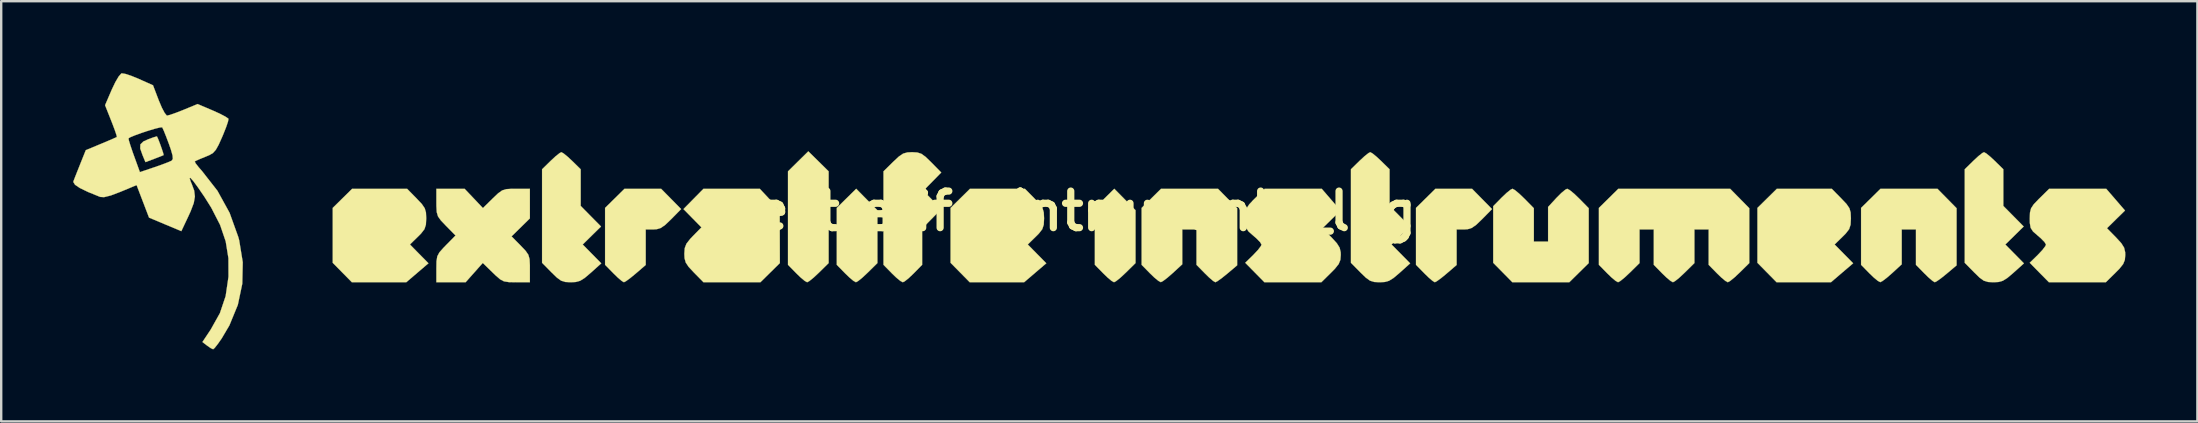
<source format=kicad_pcb>
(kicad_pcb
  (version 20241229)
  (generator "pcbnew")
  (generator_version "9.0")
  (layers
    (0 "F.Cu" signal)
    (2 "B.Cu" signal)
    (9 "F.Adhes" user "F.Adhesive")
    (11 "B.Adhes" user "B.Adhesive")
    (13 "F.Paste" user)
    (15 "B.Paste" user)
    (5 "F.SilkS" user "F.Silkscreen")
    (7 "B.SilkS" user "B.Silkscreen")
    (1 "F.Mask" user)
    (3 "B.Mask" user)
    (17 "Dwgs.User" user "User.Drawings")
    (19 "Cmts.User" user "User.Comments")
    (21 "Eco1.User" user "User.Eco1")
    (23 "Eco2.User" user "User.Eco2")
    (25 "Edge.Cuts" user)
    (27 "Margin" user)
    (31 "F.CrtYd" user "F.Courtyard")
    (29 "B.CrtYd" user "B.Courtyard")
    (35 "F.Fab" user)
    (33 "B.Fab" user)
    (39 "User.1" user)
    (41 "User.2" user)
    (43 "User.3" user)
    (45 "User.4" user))
  (footprint "extralife_intruments_logo"
    (layer "F.Cu")
    (at 42.9 5.745)
    (property "Reference" "extralife_intruments_logo" (at 0 0 0) (layer "F.SilkS") (effects (font (size 1.524 1.524) (thickness 0.3))))
    (attr through_hole)
    (fp_poly (pts (xy -9.84 -0.484) (xy -9.398 -0.037) (xy -9.398 2.165) (xy -9.803 2.564) (xy -10.02 2.767) (xy -10.197 2.91) (xy -10.293 2.963) (xy -10.394 2.907) (xy -10.568 2.761) (xy -10.735 2.6) (xy -11.091 2.237) (xy -11.091 -0.133) (xy -10.281 -0.931) (xy -9.84 -0.484)) (stroke (width 0.01) (type solid)) (fill yes) (layer "F.SilkS"))
    (fp_poly (pts (xy -11.853 -2.074) (xy -11.43 -1.657) (xy -11.43 2.165) (xy -11.835 2.564) (xy -12.052 2.767) (xy -12.229 2.91) (xy -12.325 2.963) (xy -12.426 2.907) (xy -12.6 2.761) (xy -12.767 2.6) (xy -13.123 2.237) (xy -13.123 -1.657) (xy -12.7 -2.074) (xy -12.277 -2.491) (xy -11.853 -2.074)) (stroke (width 0.01) (type solid)) (fill yes) (layer "F.SilkS"))
    (fp_poly (pts (xy 0.913 -0.484) (xy 1.355 -0.037) (xy 1.355 2.165) (xy 0.95 2.564) (xy 0.732 2.767) (xy 0.555 2.91) (xy 0.459 2.963) (xy 0.358 2.907) (xy 0.184 2.761) (xy 0.018 2.6) (xy -0.339 2.237) (xy -0.339 -0.133) (xy 0.066 -0.532) (xy 0.471 -0.931) (xy 0.913 -0.484)) (stroke (width 0.01) (type solid)) (fill yes) (layer "F.SilkS"))
    (fp_poly (pts (xy -39.361 -3.003) (xy -39.287 -2.813) (xy -39.211 -2.598) (xy -39.152 -2.419) (xy -39.133 -2.335) (xy -39.134 -2.334) (xy -39.22 -2.297) (xy -39.412 -2.222) (xy -39.524 -2.179) (xy -39.89 -2.041) (xy -40.011 -2.33) (xy -40.108 -2.605) (xy -40.102 -2.779) (xy -39.979 -2.9) (xy -39.778 -2.992) (xy -39.564 -3.071) (xy -39.431 -3.11) (xy -39.411 -3.111) (xy -39.361 -3.003)) (stroke (width 0.01) (type solid)) (fill yes) (layer "F.SilkS"))
    (fp_poly (pts (xy -28.593 -0.526) (xy -28.377 -0.296) (xy -28.257 -0.121) (xy -28.205 0.056) (xy -28.194 0.293) (xy -28.194 0.303) (xy -28.207 0.565) (xy -28.268 0.752) (xy -28.409 0.934) (xy -28.533 1.059) (xy -28.872 1.39) (xy -28.487 1.782) (xy -28.101 2.173) (xy -28.563 2.568) (xy -29.025 2.963) (xy -31.291 2.963) (xy -32.089 2.153) (xy -32.089 -0.133) (xy -31.279 -0.931) (xy -28.992 -0.931) (xy -28.593 -0.526)) (stroke (width 0.01) (type solid)) (fill yes) (layer "F.SilkS"))
    (fp_poly (pts (xy -17.992 -0.508) (xy -17.575 -0.085) (xy -17.992 0.339) (xy -18.234 0.571) (xy -18.418 0.7) (xy -18.59 0.754) (xy -18.729 0.762) (xy -19.05 0.762) (xy -19.05 2.244) (xy -19.468 2.603) (xy -19.693 2.788) (xy -19.871 2.918) (xy -19.958 2.963) (xy -20.052 2.907) (xy -20.221 2.762) (xy -20.387 2.6) (xy -20.743 2.237) (xy -20.743 -0.133) (xy -19.933 -0.931) (xy -18.409 -0.931) (xy -17.992 -0.508)) (stroke (width 0.01) (type solid)) (fill yes) (layer "F.SilkS"))
    (fp_poly (pts (xy 15.79 -0.508) (xy 16.207 -0.085) (xy 15.79 0.339) (xy 15.548 0.571) (xy 15.364 0.7) (xy 15.192 0.754) (xy 15.053 0.762) (xy 14.732 0.762) (xy 14.732 2.244) (xy 14.314 2.603) (xy 14.089 2.788) (xy 13.911 2.918) (xy 13.824 2.963) (xy 13.73 2.907) (xy 13.561 2.762) (xy 13.395 2.6) (xy 13.039 2.237) (xy 13.039 -0.133) (xy 13.849 -0.931) (xy 15.373 -0.931) (xy 15.79 -0.508)) (stroke (width 0.01) (type solid)) (fill yes) (layer "F.SilkS"))
    (fp_poly (pts (xy 30.758 -0.526) (xy 30.975 -0.296) (xy 31.095 -0.121) (xy 31.146 0.056) (xy 31.157 0.293) (xy 31.157 0.303) (xy 31.144 0.565) (xy 31.083 0.752) (xy 30.942 0.934) (xy 30.818 1.059) (xy 30.479 1.39) (xy 30.865 1.782) (xy 31.251 2.173) (xy 30.788 2.568) (xy 30.326 2.963) (xy 28.061 2.963) (xy 27.263 2.153) (xy 27.263 -0.133) (xy 28.073 -0.931) (xy 30.359 -0.931) (xy 30.758 -0.526)) (stroke (width 0.01) (type solid)) (fill yes) (layer "F.SilkS"))
    (fp_poly (pts (xy -13.883 -0.487) (xy -13.468 -0.042) (xy -13.465 1.062) (xy -13.462 2.165) (xy -14.272 2.963) (xy -16.643 2.963) (xy -17.042 2.558) (xy -17.262 2.323) (xy -17.382 2.143) (xy -17.432 1.965) (xy -17.441 1.778) (xy -17.425 1.544) (xy -17.355 1.36) (xy -17.201 1.162) (xy -17.085 1.04) (xy -16.729 0.677) (xy -17.103 0.296) (xy -17.477 -0.085) (xy -17.06 -0.508) (xy -16.643 -0.931) (xy -14.298 -0.931) (xy -13.883 -0.487)) (stroke (width 0.01) (type solid)) (fill yes) (layer "F.SilkS"))
    (fp_poly (pts (xy -2.854 -0.526) (xy -2.638 -0.296) (xy -2.518 -0.121) (xy -2.467 0.056) (xy -2.455 0.293) (xy -2.455 0.303) (xy -2.468 0.565) (xy -2.529 0.752) (xy -2.671 0.934) (xy -2.795 1.059) (xy -3.134 1.39) (xy -2.748 1.782) (xy -2.362 2.173) (xy -2.824 2.568) (xy -3.287 2.963) (xy -5.552 2.963) (xy -5.951 2.558) (xy -6.35 2.153) (xy -6.35 -0.133) (xy -5.945 -0.532) (xy -5.54 -0.931) (xy -3.253 -0.931) (xy -2.854 -0.526)) (stroke (width 0.01) (type solid)) (fill yes) (layer "F.SilkS"))
    (fp_poly (pts (xy -7.737 -2.443) (xy -7.568 -2.389) (xy -7.394 -2.264) (xy -7.162 -2.04) (xy -7.155 -2.032) (xy -6.738 -1.609) (xy -7.486 -0.847) (xy -6.738 -0.084) (xy -7.535 0.725) (xy -7.535 2.237) (xy -7.892 2.6) (xy -8.096 2.794) (xy -8.262 2.926) (xy -8.34 2.963) (xy -8.444 2.907) (xy -8.621 2.761) (xy -8.788 2.6) (xy -9.144 2.237) (xy -9.144 -1.657) (xy -8.739 -2.056) (xy -8.504 -2.275) (xy -8.326 -2.396) (xy -8.147 -2.446) (xy -7.953 -2.455) (xy -7.737 -2.443)) (stroke (width 0.01) (type solid)) (fill yes) (layer "F.SilkS"))
    (fp_poly (pts (xy 5.588 -0.121) (xy 5.588 2.259) (xy 5.171 2.611) (xy 4.945 2.793) (xy 4.766 2.92) (xy 4.68 2.963) (xy 4.586 2.907) (xy 4.417 2.762) (xy 4.251 2.6) (xy 3.895 2.237) (xy 3.895 0.762) (xy 3.302 0.762) (xy 3.302 2.216) (xy 2.9 2.586) (xy 2.679 2.778) (xy 2.5 2.913) (xy 2.409 2.96) (xy 2.307 2.905) (xy 2.132 2.761) (xy 1.965 2.6) (xy 1.609 2.237) (xy 1.609 -0.133) (xy 2.419 -0.931) (xy 4.79 -0.931) (xy 5.588 -0.121)) (stroke (width 0.01) (type solid)) (fill yes) (layer "F.SilkS"))
    (fp_poly (pts (xy 35.56 -0.121) (xy 35.56 2.259) (xy 35.143 2.611) (xy 34.917 2.793) (xy 34.738 2.92) (xy 34.652 2.963) (xy 34.558 2.907) (xy 34.389 2.762) (xy 34.223 2.6) (xy 33.867 2.237) (xy 33.867 0.762) (xy 33.274 0.762) (xy 33.274 2.216) (xy 32.872 2.586) (xy 32.651 2.778) (xy 32.472 2.913) (xy 32.381 2.96) (xy 32.279 2.905) (xy 32.104 2.761) (xy 31.937 2.6) (xy 31.581 2.237) (xy 31.581 -0.133) (xy 32.391 -0.931) (xy 34.762 -0.931) (xy 35.56 -0.121)) (stroke (width 0.01) (type solid)) (fill yes) (layer "F.SilkS"))
    (fp_poly (pts (xy 36.801 -2.4) (xy 36.975 -2.257) (xy 37.144 -2.099) (xy 37.507 -1.743) (xy 37.507 -0.217) (xy 37.931 0.212) (xy 38.355 0.641) (xy 37.591 1.391) (xy 38.365 2.176) (xy 37.927 2.57) (xy 37.676 2.783) (xy 37.486 2.902) (xy 37.3 2.953) (xy 37.093 2.963) (xy 36.866 2.952) (xy 36.693 2.898) (xy 36.519 2.773) (xy 36.298 2.558) (xy 35.899 2.153) (xy 35.899 -1.743) (xy 36.262 -2.099) (xy 36.467 -2.289) (xy 36.63 -2.418) (xy 36.703 -2.455) (xy 36.801 -2.4)) (stroke (width 0.01) (type solid)) (fill yes) (layer "F.SilkS"))
    (fp_poly (pts (xy 11.232 -2.4) (xy 11.406 -2.257) (xy 11.575 -2.099) (xy 11.938 -1.743) (xy 11.938 -0.217) (xy 12.362 0.212) (xy 12.786 0.641) (xy 12.022 1.391) (xy 12.409 1.783) (xy 12.796 2.176) (xy 12.358 2.57) (xy 12.107 2.783) (xy 11.917 2.902) (xy 11.731 2.953) (xy 11.523 2.963) (xy 11.296 2.952) (xy 11.124 2.898) (xy 10.95 2.773) (xy 10.728 2.558) (xy 10.329 2.153) (xy 10.329 -1.743) (xy 10.692 -2.099) (xy 10.898 -2.289) (xy 11.061 -2.418) (xy 11.134 -2.455) (xy 11.232 -2.4)) (stroke (width 0.01) (type solid)) (fill yes) (layer "F.SilkS"))
    (fp_poly (pts (xy 19.445 -0.875) (xy 19.626 -0.727) (xy 19.836 -0.526) (xy 20.235 -0.121) (xy 20.235 2.165) (xy 19.425 2.963) (xy 17.054 2.963) (xy 16.655 2.558) (xy 16.256 2.153) (xy 16.256 -0.205) (xy 16.612 -0.568) (xy 16.817 -0.762) (xy 16.983 -0.894) (xy 17.06 -0.931) (xy 17.162 -0.875) (xy 17.34 -0.727) (xy 17.55 -0.526) (xy 17.949 -0.121) (xy 17.949 1.27) (xy 18.542 1.27) (xy 18.542 -0.173) (xy 18.891 -0.552) (xy 19.092 -0.753) (xy 19.258 -0.891) (xy 19.339 -0.931) (xy 19.445 -0.875)) (stroke (width 0.01) (type solid)) (fill yes) (layer "F.SilkS"))
    (fp_poly (pts (xy -22.466 -2.4) (xy -22.292 -2.257) (xy -22.122 -2.099) (xy -21.759 -1.743) (xy -21.759 -0.217) (xy -21.336 0.212) (xy -20.912 0.641) (xy -21.294 1.016) (xy -21.675 1.391) (xy -21.289 1.783) (xy -20.902 2.176) (xy -21.34 2.57) (xy -21.591 2.783) (xy -21.781 2.902) (xy -21.967 2.953) (xy -22.174 2.963) (xy -22.401 2.952) (xy -22.573 2.898) (xy -22.747 2.773) (xy -22.969 2.558) (xy -23.368 2.153) (xy -23.368 -1.743) (xy -23.005 -2.099) (xy -22.799 -2.289) (xy -22.636 -2.418) (xy -22.564 -2.455) (xy -22.466 -2.4)) (stroke (width 0.01) (type solid)) (fill yes) (layer "F.SilkS"))
    (fp_poly (pts (xy 9.895 -0.024) (xy 9.519 0.344) (xy 9.143 0.713) (xy 9.525 1.1) (xy 9.742 1.338) (xy 9.858 1.523) (xy 9.902 1.713) (xy 9.906 1.826) (xy 9.889 2.031) (xy 9.819 2.203) (xy 9.666 2.396) (xy 9.501 2.564) (xy 9.096 2.963) (xy 6.725 2.963) (xy 5.926 2.152) (xy 6.265 1.821) (xy 6.452 1.622) (xy 6.575 1.461) (xy 6.604 1.394) (xy 6.543 1.29) (xy 6.386 1.13) (xy 6.265 1.026) (xy 6.065 0.851) (xy 5.964 0.699) (xy 5.93 0.496) (xy 5.927 0.31) (xy 5.936 0.062) (xy 5.981 -0.115) (xy 6.091 -0.282) (xy 6.294 -0.495) (xy 6.332 -0.532) (xy 6.737 -0.931) (xy 9.112 -0.931) (xy 9.895 -0.024)) (stroke (width 0.01) (type solid)) (fill yes) (layer "F.SilkS"))
    (fp_poly (pts (xy 26.924 -0.121) (xy 26.924 2.165) (xy 26.519 2.564) (xy 26.302 2.767) (xy 26.125 2.91) (xy 26.029 2.963) (xy 25.928 2.907) (xy 25.754 2.761) (xy 25.587 2.6) (xy 25.231 2.237) (xy 25.231 0.762) (xy 24.638 0.762) (xy 24.638 2.165) (xy 24.233 2.564) (xy 24.016 2.767) (xy 23.839 2.91) (xy 23.743 2.963) (xy 23.642 2.907) (xy 23.468 2.761) (xy 23.301 2.6) (xy 22.945 2.237) (xy 22.945 0.762) (xy 22.352 0.762) (xy 22.352 2.165) (xy 21.947 2.564) (xy 21.73 2.767) (xy 21.553 2.91) (xy 21.457 2.963) (xy 21.356 2.907) (xy 21.182 2.761) (xy 21.015 2.6) (xy 20.659 2.237) (xy 20.659 -0.133) (xy 21.469 -0.931) (xy 26.126 -0.931) (xy 26.924 -0.121)) (stroke (width 0.01) (type solid)) (fill yes) (layer "F.SilkS"))
    (fp_poly (pts (xy 42.185 -0.478) (xy 42.576 -0.024) (xy 42.2 0.344) (xy 41.825 0.713) (xy 42.206 1.1) (xy 42.423 1.338) (xy 42.539 1.523) (xy 42.583 1.713) (xy 42.587 1.826) (xy 42.57 2.031) (xy 42.5 2.203) (xy 42.348 2.396) (xy 42.182 2.564) (xy 41.777 2.963) (xy 39.406 2.963) (xy 39.006 2.558) (xy 38.607 2.152) (xy 38.946 1.821) (xy 39.133 1.622) (xy 39.256 1.461) (xy 39.285 1.394) (xy 39.224 1.29) (xy 39.068 1.13) (xy 38.947 1.026) (xy 38.746 0.851) (xy 38.646 0.699) (xy 38.611 0.496) (xy 38.608 0.31) (xy 38.617 0.062) (xy 38.662 -0.115) (xy 38.772 -0.282) (xy 38.975 -0.495) (xy 39.013 -0.532) (xy 39.418 -0.931) (xy 41.793 -0.931) (xy 42.185 -0.478)) (stroke (width 0.01) (type solid)) (fill yes) (layer "F.SilkS"))
    (fp_poly (pts (xy -26.213 -0.529) (xy -25.832 -0.127) (xy -25.423 -0.529) (xy -25.199 -0.742) (xy -25.031 -0.862) (xy -24.854 -0.916) (xy -24.604 -0.931) (xy -24.445 -0.931) (xy -23.876 -0.931) (xy -23.876 0.303) (xy -24.639 1.052) (xy -24.257 1.439) (xy -24.054 1.653) (xy -23.94 1.817) (xy -23.889 1.997) (xy -23.876 2.255) (xy -23.876 2.395) (xy -23.876 2.963) (xy -24.445 2.963) (xy -24.75 2.958) (xy -24.954 2.926) (xy -25.118 2.84) (xy -25.309 2.674) (xy -25.425 2.561) (xy -25.838 2.159) (xy -26.195 2.561) (xy -26.552 2.963) (xy -27.771 2.963) (xy -27.771 2.395) (xy -27.766 2.087) (xy -27.733 1.884) (xy -27.646 1.72) (xy -27.478 1.53) (xy -27.372 1.421) (xy -26.973 1.016) (xy -27.372 0.611) (xy -27.584 0.388) (xy -27.703 0.221) (xy -27.756 0.043) (xy -27.77 -0.211) (xy -27.771 -0.363) (xy -27.771 -0.931) (xy -26.595 -0.931) (xy -26.213 -0.529)) (stroke (width 0.01) (type solid)) (fill yes) (layer "F.SilkS"))
    (fp_poly (pts (xy -40.74 -5.72) (xy -40.498 -5.642) (xy -40.202 -5.523) (xy -40.161 -5.504) (xy -39.576 -5.243) (xy -39.335 -4.611) (xy -39.21 -4.316) (xy -39.093 -4.094) (xy -39.005 -3.985) (xy -38.989 -3.979) (xy -38.864 -4.01) (xy -38.632 -4.091) (xy -38.338 -4.205) (xy -38.302 -4.22) (xy -37.718 -4.461) (xy -37.089 -4.193) (xy -36.792 -4.059) (xy -36.563 -3.939) (xy -36.441 -3.856) (xy -36.432 -3.843) (xy -36.451 -3.732) (xy -36.526 -3.508) (xy -36.643 -3.213) (xy -36.694 -3.092) (xy -36.841 -2.765) (xy -36.958 -2.555) (xy -37.076 -2.424) (xy -37.229 -2.333) (xy -37.394 -2.264) (xy -37.632 -2.167) (xy -37.796 -2.093) (xy -37.837 -2.069) (xy -37.803 -1.995) (xy -37.68 -1.836) (xy -37.538 -1.674) (xy -36.891 -0.847) (xy -36.385 0.072) (xy -36.022 1.082) (xy -35.985 1.22) (xy -35.837 2.128) (xy -35.857 3.026) (xy -36.042 3.905) (xy -36.393 4.759) (xy -36.711 5.298) (xy -36.875 5.533) (xy -37.005 5.698) (xy -37.071 5.755) (xy -37.172 5.707) (xy -37.322 5.603) (xy -37.517 5.453) (xy -37.172 4.935) (xy -36.79 4.253) (xy -36.55 3.542) (xy -36.434 2.752) (xy -36.431 2.706) (xy -36.434 1.962) (xy -36.547 1.262) (xy -36.782 0.572) (xy -37.149 -0.143) (xy -37.435 -0.598) (xy -37.709 -0.997) (xy -37.904 -1.261) (xy -38.02 -1.387) (xy -38.052 -1.373) (xy -38 -1.217) (xy -37.962 -1.13) (xy -37.861 -0.856) (xy -37.831 -0.607) (xy -37.878 -0.336) (xy -38.008 0.006) (xy -38.109 0.227) (xy -38.396 0.835) (xy -39.069 0.553) (xy -39.741 0.271) (xy -40 -0.406) (xy -40.259 -1.084) (xy -40.932 -0.804) (xy -41.337 -0.651) (xy -41.615 -0.582) (xy -41.778 -0.592) (xy -42.277 -0.795) (xy -42.623 -0.962) (xy -42.825 -1.099) (xy -42.895 -1.212) (xy -42.889 -1.248) (xy -42.831 -1.399) (xy -42.731 -1.652) (xy -42.61 -1.955) (xy -42.605 -1.968) (xy -42.376 -2.539) (xy -41.741 -2.803) (xy -41.444 -2.928) (xy -41.214 -3.027) (xy -41.203 -3.032) (xy -40.598 -3.032) (xy -40.582 -2.946) (xy -40.519 -2.74) (xy -40.421 -2.45) (xy -40.372 -2.315) (xy -40.122 -1.624) (xy -39.513 -1.83) (xy -39.204 -1.938) (xy -38.951 -2.034) (xy -38.804 -2.099) (xy -38.795 -2.104) (xy -38.75 -2.175) (xy -38.761 -2.318) (xy -38.831 -2.565) (xy -38.914 -2.801) (xy -39.028 -3.105) (xy -39.125 -3.346) (xy -39.187 -3.48) (xy -39.195 -3.491) (xy -39.285 -3.485) (xy -39.489 -3.435) (xy -39.759 -3.354) (xy -40.052 -3.258) (xy -40.32 -3.161) (xy -40.519 -3.079) (xy -40.598 -3.032) (xy -41.203 -3.032) (xy -41.091 -3.083) (xy -41.081 -3.089) (xy -41.099 -3.172) (xy -41.167 -3.374) (xy -41.273 -3.656) (xy -41.315 -3.762) (xy -41.573 -4.412) (xy -41.293 -5.063) (xy -41.145 -5.373) (xy -41.007 -5.608) (xy -40.899 -5.731) (xy -40.879 -5.74) (xy -40.74 -5.72)) (stroke (width 0.01) (type solid)) (fill yes) (layer "F.SilkS")))
  (gr_rect
    (start -3 -3)
    (end 88.492 14.506)
    (stroke (width 0.1) (type default))
    (fill no)
    (layer "Edge.Cuts")))
</source>
